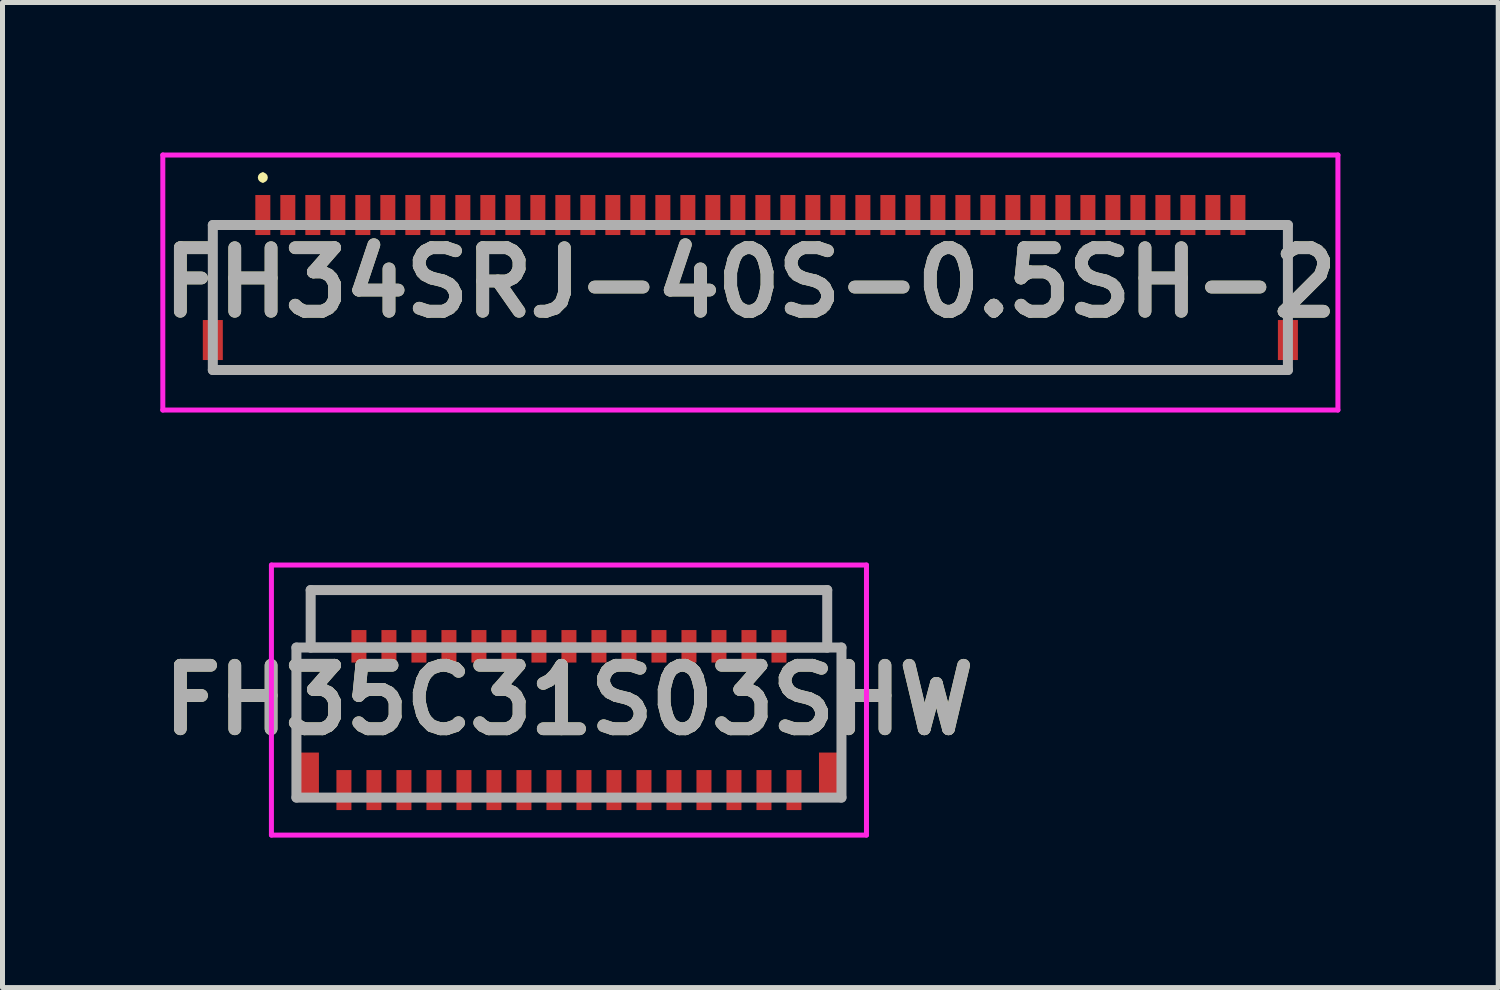
<source format=kicad_pcb>
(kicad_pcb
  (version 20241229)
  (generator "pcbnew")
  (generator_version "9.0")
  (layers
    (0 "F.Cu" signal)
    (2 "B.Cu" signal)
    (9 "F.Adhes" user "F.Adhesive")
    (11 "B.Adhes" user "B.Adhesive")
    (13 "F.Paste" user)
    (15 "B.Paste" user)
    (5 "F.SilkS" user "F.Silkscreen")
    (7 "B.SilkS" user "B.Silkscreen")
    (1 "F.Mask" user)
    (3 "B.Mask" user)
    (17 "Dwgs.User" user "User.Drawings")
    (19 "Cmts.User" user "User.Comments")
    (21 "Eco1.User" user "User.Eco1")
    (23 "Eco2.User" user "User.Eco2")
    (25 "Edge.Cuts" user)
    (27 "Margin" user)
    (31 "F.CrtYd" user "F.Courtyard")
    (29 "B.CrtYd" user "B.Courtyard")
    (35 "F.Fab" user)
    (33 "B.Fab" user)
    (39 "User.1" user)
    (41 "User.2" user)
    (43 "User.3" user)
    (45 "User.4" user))
  (footprint "FH35C31S03SHW"
    (layer "F.Cu")
    (at 8.328 10.825)
    (property "Reference" "FH35C31S03SHW" (at 0 0.125 0) (layer "F.SilkS") (effects (font (size 1.27 1.27) (thickness 0.254))))
    (attr smd)
    (fp_line (start -5.45 -0.925) (end -5.45 0.575) (stroke (width 0.1) (type solid)) (layer "F.SilkS"))
    (fp_line (start -5 -0.925) (end -5.45 -0.925) (stroke (width 0.1) (type solid)) (layer "F.SilkS"))
    (fp_line (start 5 -0.925) (end 5.45 -0.925) (stroke (width 0.1) (type solid)) (layer "F.SilkS"))
    (fp_line (start 5.45 -0.925) (end 5.45 0.575) (stroke (width 0.1) (type solid)) (layer "F.SilkS"))
    (fp_line (start -5.95 -2.575) (end 5.95 -2.575) (stroke (width 0.1) (type solid)) (layer "F.CrtYd"))
    (fp_line (start -5.95 2.825) (end -5.95 -2.575) (stroke (width 0.1) (type solid)) (layer "F.CrtYd"))
    (fp_line (start 5.95 -2.575) (end 5.95 2.825) (stroke (width 0.1) (type solid)) (layer "F.CrtYd"))
    (fp_line (start 5.95 2.825) (end -5.95 2.825) (stroke (width 0.1) (type solid)) (layer "F.CrtYd"))
    (fp_line (start -5.45 -0.925) (end 5.45 -0.925) (stroke (width 0.2) (type solid)) (layer "F.Fab"))
    (fp_line (start -5.45 2.075) (end -5.45 -0.925) (stroke (width 0.2) (type solid)) (layer "F.Fab"))
    (fp_line (start -5.165 -2.075) (end -5.165 -0.925) (stroke (width 0.2) (type solid)) (layer "F.Fab"))
    (fp_line (start -5.165 -0.925) (end 5.165 -0.925) (stroke (width 0.2) (type solid)) (layer "F.Fab"))
    (fp_line (start 5.165 -2.075) (end -5.165 -2.075) (stroke (width 0.2) (type solid)) (layer "F.Fab"))
    (fp_line (start 5.165 -0.925) (end 5.165 -2.075) (stroke (width 0.2) (type solid)) (layer "F.Fab"))
    (fp_line (start 5.45 -0.925) (end 5.45 2.075) (stroke (width 0.2) (type solid)) (layer "F.Fab"))
    (fp_line (start 5.45 2.075) (end -5.45 2.075) (stroke (width 0.2) (type solid)) (layer "F.Fab"))
    (fp_text user "${REFERENCE}" (at 0 0.125 0) (layer "F.Fab") (effects (font (size 1.27 1.27) (thickness 0.254))))
    (pad "1" smd rect (at -4.5 1.925) (size 0.3 0.8) (layers "F.Cu" "F.Mask" "F.Paste"))
    (pad "2" smd rect (at -4.2 -0.95) (size 0.3 0.65) (layers "F.Cu" "F.Mask" "F.Paste"))
    (pad "3" smd rect (at -3.9 1.925) (size 0.3 0.8) (layers "F.Cu" "F.Mask" "F.Paste"))
    (pad "4" smd rect (at -3.6 -0.95) (size 0.3 0.65) (layers "F.Cu" "F.Mask" "F.Paste"))
    (pad "5" smd rect (at -3.3 1.925) (size 0.3 0.8) (layers "F.Cu" "F.Mask" "F.Paste"))
    (pad "6" smd rect (at -3 -0.95) (size 0.3 0.65) (layers "F.Cu" "F.Mask" "F.Paste"))
    (pad "7" smd rect (at -2.7 1.925) (size 0.3 0.8) (layers "F.Cu" "F.Mask" "F.Paste"))
    (pad "8" smd rect (at -2.4 -0.95) (size 0.3 0.65) (layers "F.Cu" "F.Mask" "F.Paste"))
    (pad "9" smd rect (at -2.1 1.925) (size 0.3 0.8) (layers "F.Cu" "F.Mask" "F.Paste"))
    (pad "10" smd rect (at -1.8 -0.95) (size 0.3 0.65) (layers "F.Cu" "F.Mask" "F.Paste"))
    (pad "11" smd rect (at -1.5 1.925) (size 0.3 0.8) (layers "F.Cu" "F.Mask" "F.Paste"))
    (pad "12" smd rect (at -1.2 -0.95) (size 0.3 0.65) (layers "F.Cu" "F.Mask" "F.Paste"))
    (pad "13" smd rect (at -0.9 1.925) (size 0.3 0.8) (layers "F.Cu" "F.Mask" "F.Paste"))
    (pad "14" smd rect (at -0.6 -0.95) (size 0.3 0.65) (layers "F.Cu" "F.Mask" "F.Paste"))
    (pad "15" smd rect (at -0.3 1.925) (size 0.3 0.8) (layers "F.Cu" "F.Mask" "F.Paste"))
    (pad "16" smd rect (at 0 -0.95) (size 0.3 0.65) (layers "F.Cu" "F.Mask" "F.Paste"))
    (pad "17" smd rect (at 0.3 1.925) (size 0.3 0.8) (layers "F.Cu" "F.Mask" "F.Paste"))
    (pad "18" smd rect (at 0.6 -0.95) (size 0.3 0.65) (layers "F.Cu" "F.Mask" "F.Paste"))
    (pad "19" smd rect (at 0.9 1.925) (size 0.3 0.8) (layers "F.Cu" "F.Mask" "F.Paste"))
    (pad "20" smd rect (at 1.2 -0.95) (size 0.3 0.65) (layers "F.Cu" "F.Mask" "F.Paste"))
    (pad "21" smd rect (at 1.5 1.925) (size 0.3 0.8) (layers "F.Cu" "F.Mask" "F.Paste"))
    (pad "22" smd rect (at 1.8 -0.95) (size 0.3 0.65) (layers "F.Cu" "F.Mask" "F.Paste"))
    (pad "23" smd rect (at 2.1 1.925) (size 0.3 0.8) (layers "F.Cu" "F.Mask" "F.Paste"))
    (pad "24" smd rect (at 2.4 -0.95) (size 0.3 0.65) (layers "F.Cu" "F.Mask" "F.Paste"))
    (pad "25" smd rect (at 2.7 1.925) (size 0.3 0.8) (layers "F.Cu" "F.Mask" "F.Paste"))
    (pad "26" smd rect (at 3 -0.95) (size 0.3 0.65) (layers "F.Cu" "F.Mask" "F.Paste"))
    (pad "27" smd rect (at 3.3 1.925) (size 0.3 0.8) (layers "F.Cu" "F.Mask" "F.Paste"))
    (pad "28" smd rect (at 3.6 -0.95) (size 0.3 0.65) (layers "F.Cu" "F.Mask" "F.Paste"))
    (pad "29" smd rect (at 3.9 1.925) (size 0.3 0.8) (layers "F.Cu" "F.Mask" "F.Paste"))
    (pad "30" smd rect (at 4.2 -0.95) (size 0.3 0.65) (layers "F.Cu" "F.Mask" "F.Paste"))
    (pad "31" smd rect (at 4.5 1.925) (size 0.3 0.8) (layers "F.Cu" "F.Mask" "F.Paste"))
    (pad "MP1" smd rect (at -5.2 1.65) (size 0.4 0.95) (layers "F.Cu" "F.Mask" "F.Paste"))
    (pad "MP2" smd rect (at 5.2 1.65) (size 0.4 0.95) (layers "F.Cu" "F.Mask" "F.Paste")))
  (footprint "FH34SRJ-40S-0.5SH-2"
    (layer "F.Cu")
    (at 11.956 2.6)
    (property "Reference" "FH34SRJ-40S-0.5SH-2" (at 0 0 0) (layer "F.SilkS") (effects (font (size 1.27 1.27) (thickness 0.254))))
    (attr smd)
    (fp_line (start -10.75 -1.15) (end -10.75 0.35) (stroke (width 0.1) (type solid)) (layer "F.SilkS"))
    (fp_line (start -10.75 1.75) (end 10.75 1.75) (stroke (width 0.1) (type solid)) (layer "F.SilkS"))
    (fp_line (start -10.5 -1.15) (end -10.75 -1.15) (stroke (width 0.1) (type solid)) (layer "F.SilkS"))
    (fp_line (start -9.75 -2.15) (end -9.75 -2.15) (stroke (width 0.1) (type solid)) (layer "F.SilkS"))
    (fp_line (start -9.75 -2.05) (end -9.75 -2.05) (stroke (width 0.1) (type solid)) (layer "F.SilkS"))
    (fp_line (start 10.5 -1.15) (end 10.75 -1.15) (stroke (width 0.1) (type solid)) (layer "F.SilkS"))
    (fp_line (start 10.75 -1.15) (end 10.75 0.35) (stroke (width 0.1) (type solid)) (layer "F.SilkS"))
    (fp_arc (start -9.75 -2.15) (mid -9.7 -2.1) (end -9.75 -2.05) (stroke (width 0.1) (type solid)) (layer "F.SilkS"))
    (fp_arc (start -9.75 -2.05) (mid -9.8 -2.1) (end -9.75 -2.15) (stroke (width 0.1) (type solid)) (layer "F.SilkS"))
    (fp_line (start -11.75 -2.55) (end 11.75 -2.55) (stroke (width 0.1) (type solid)) (layer "F.CrtYd"))
    (fp_line (start -11.75 2.55) (end -11.75 -2.55) (stroke (width 0.1) (type solid)) (layer "F.CrtYd"))
    (fp_line (start 11.75 -2.55) (end 11.75 2.55) (stroke (width 0.1) (type solid)) (layer "F.CrtYd"))
    (fp_line (start 11.75 2.55) (end -11.75 2.55) (stroke (width 0.1) (type solid)) (layer "F.CrtYd"))
    (fp_line (start -10.75 -1.15) (end 10.75 -1.15) (stroke (width 0.2) (type solid)) (layer "F.Fab"))
    (fp_line (start -10.75 1.75) (end -10.75 -1.15) (stroke (width 0.2) (type solid)) (layer "F.Fab"))
    (fp_line (start 10.75 -1.15) (end 10.75 1.75) (stroke (width 0.2) (type solid)) (layer "F.Fab"))
    (fp_line (start 10.75 1.75) (end -10.75 1.75) (stroke (width 0.2) (type solid)) (layer "F.Fab"))
    (fp_text user "${REFERENCE}" (at 0 0 0) (layer "F.Fab") (effects (font (size 1.27 1.27) (thickness 0.254))))
    (pad "1" smd rect (at -9.75 -1.35) (size 0.3 0.8) (layers "F.Cu" "F.Mask" "F.Paste"))
    (pad "2" smd rect (at -9.25 -1.35) (size 0.3 0.8) (layers "F.Cu" "F.Mask" "F.Paste"))
    (pad "3" smd rect (at -8.75 -1.35) (size 0.3 0.8) (layers "F.Cu" "F.Mask" "F.Paste"))
    (pad "4" smd rect (at -8.25 -1.35) (size 0.3 0.8) (layers "F.Cu" "F.Mask" "F.Paste"))
    (pad "5" smd rect (at -7.75 -1.35) (size 0.3 0.8) (layers "F.Cu" "F.Mask" "F.Paste"))
    (pad "6" smd rect (at -7.25 -1.35) (size 0.3 0.8) (layers "F.Cu" "F.Mask" "F.Paste"))
    (pad "7" smd rect (at -6.75 -1.35) (size 0.3 0.8) (layers "F.Cu" "F.Mask" "F.Paste"))
    (pad "8" smd rect (at -6.25 -1.35) (size 0.3 0.8) (layers "F.Cu" "F.Mask" "F.Paste"))
    (pad "9" smd rect (at -5.75 -1.35) (size 0.3 0.8) (layers "F.Cu" "F.Mask" "F.Paste"))
    (pad "10" smd rect (at -5.25 -1.35) (size 0.3 0.8) (layers "F.Cu" "F.Mask" "F.Paste"))
    (pad "11" smd rect (at -4.75 -1.35) (size 0.3 0.8) (layers "F.Cu" "F.Mask" "F.Paste"))
    (pad "12" smd rect (at -4.25 -1.35) (size 0.3 0.8) (layers "F.Cu" "F.Mask" "F.Paste"))
    (pad "13" smd rect (at -3.75 -1.35) (size 0.3 0.8) (layers "F.Cu" "F.Mask" "F.Paste"))
    (pad "14" smd rect (at -3.25 -1.35) (size 0.3 0.8) (layers "F.Cu" "F.Mask" "F.Paste"))
    (pad "15" smd rect (at -2.75 -1.35) (size 0.3 0.8) (layers "F.Cu" "F.Mask" "F.Paste"))
    (pad "16" smd rect (at -2.25 -1.35) (size 0.3 0.8) (layers "F.Cu" "F.Mask" "F.Paste"))
    (pad "17" smd rect (at -1.75 -1.35) (size 0.3 0.8) (layers "F.Cu" "F.Mask" "F.Paste"))
    (pad "18" smd rect (at -1.25 -1.35) (size 0.3 0.8) (layers "F.Cu" "F.Mask" "F.Paste"))
    (pad "19" smd rect (at -0.75 -1.35) (size 0.3 0.8) (layers "F.Cu" "F.Mask" "F.Paste"))
    (pad "20" smd rect (at -0.25 -1.35) (size 0.3 0.8) (layers "F.Cu" "F.Mask" "F.Paste"))
    (pad "21" smd rect (at 0.25 -1.35) (size 0.3 0.8) (layers "F.Cu" "F.Mask" "F.Paste"))
    (pad "22" smd rect (at 0.75 -1.35) (size 0.3 0.8) (layers "F.Cu" "F.Mask" "F.Paste"))
    (pad "23" smd rect (at 1.25 -1.35) (size 0.3 0.8) (layers "F.Cu" "F.Mask" "F.Paste"))
    (pad "24" smd rect (at 1.75 -1.35) (size 0.3 0.8) (layers "F.Cu" "F.Mask" "F.Paste"))
    (pad "25" smd rect (at 2.25 -1.35) (size 0.3 0.8) (layers "F.Cu" "F.Mask" "F.Paste"))
    (pad "26" smd rect (at 2.75 -1.35) (size 0.3 0.8) (layers "F.Cu" "F.Mask" "F.Paste"))
    (pad "27" smd rect (at 3.25 -1.35) (size 0.3 0.8) (layers "F.Cu" "F.Mask" "F.Paste"))
    (pad "28" smd rect (at 3.75 -1.35) (size 0.3 0.8) (layers "F.Cu" "F.Mask" "F.Paste"))
    (pad "29" smd rect (at 4.25 -1.35) (size 0.3 0.8) (layers "F.Cu" "F.Mask" "F.Paste"))
    (pad "30" smd rect (at 4.75 -1.35) (size 0.3 0.8) (layers "F.Cu" "F.Mask" "F.Paste"))
    (pad "31" smd rect (at 5.25 -1.35) (size 0.3 0.8) (layers "F.Cu" "F.Mask" "F.Paste"))
    (pad "32" smd rect (at 5.75 -1.35) (size 0.3 0.8) (layers "F.Cu" "F.Mask" "F.Paste"))
    (pad "33" smd rect (at 6.25 -1.35) (size 0.3 0.8) (layers "F.Cu" "F.Mask" "F.Paste"))
    (pad "34" smd rect (at 6.75 -1.35) (size 0.3 0.8) (layers "F.Cu" "F.Mask" "F.Paste"))
    (pad "35" smd rect (at 7.25 -1.35) (size 0.3 0.8) (layers "F.Cu" "F.Mask" "F.Paste"))
    (pad "36" smd rect (at 7.75 -1.35) (size 0.3 0.8) (layers "F.Cu" "F.Mask" "F.Paste"))
    (pad "37" smd rect (at 8.25 -1.35) (size 0.3 0.8) (layers "F.Cu" "F.Mask" "F.Paste"))
    (pad "38" smd rect (at 8.75 -1.35) (size 0.3 0.8) (layers "F.Cu" "F.Mask" "F.Paste"))
    (pad "39" smd rect (at 9.25 -1.35) (size 0.3 0.8) (layers "F.Cu" "F.Mask" "F.Paste"))
    (pad "40" smd rect (at 9.75 -1.35) (size 0.3 0.8) (layers "F.Cu" "F.Mask" "F.Paste"))
    (pad "MP1" smd rect (at 10.75 1.15) (size 0.4 0.8) (layers "F.Cu" "F.Mask" "F.Paste"))
    (pad "MP2" smd rect (at -10.75 1.15) (size 0.4 0.8) (layers "F.Cu" "F.Mask" "F.Paste")))
  (gr_rect
    (start -3 -3)
    (end 26.912 16.7)
    (stroke (width 0.1) (type default))
    (fill no)
    (layer "Edge.Cuts")))
</source>
